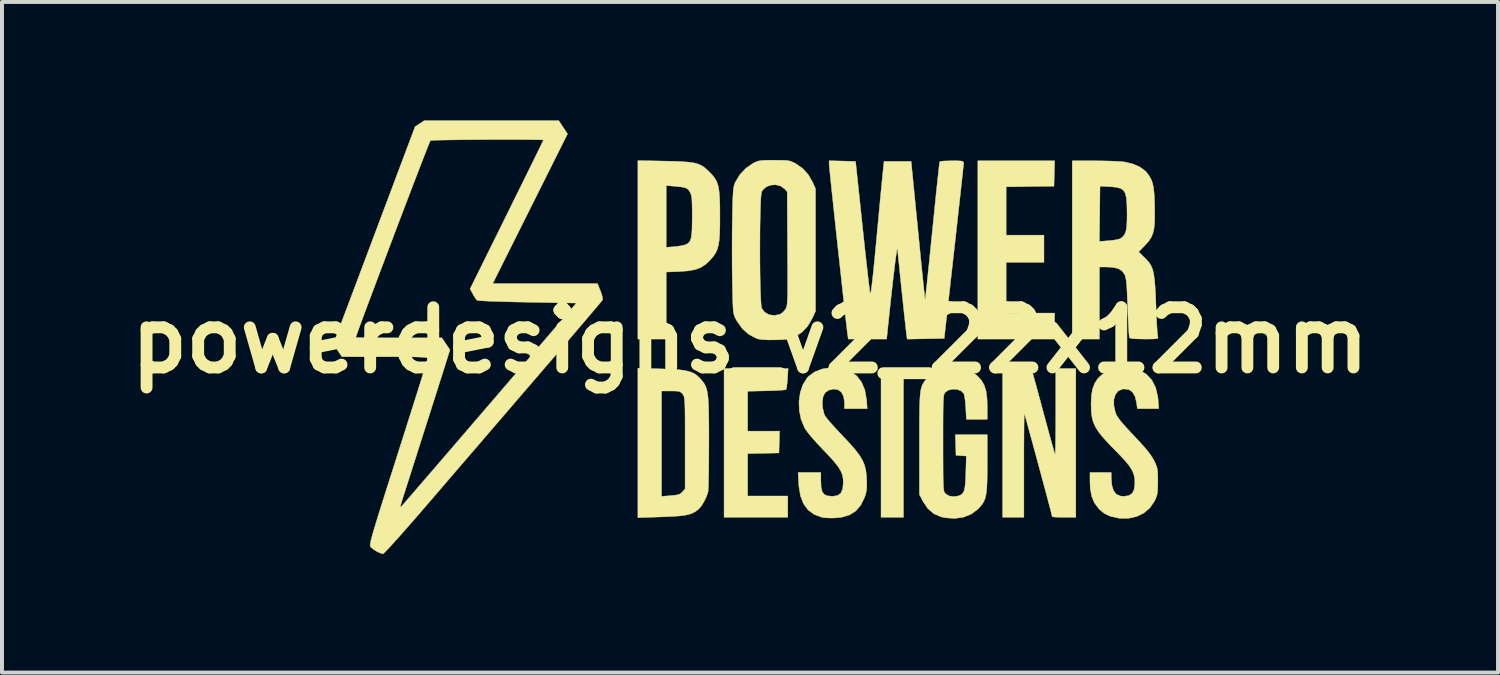
<source format=kicad_pcb>
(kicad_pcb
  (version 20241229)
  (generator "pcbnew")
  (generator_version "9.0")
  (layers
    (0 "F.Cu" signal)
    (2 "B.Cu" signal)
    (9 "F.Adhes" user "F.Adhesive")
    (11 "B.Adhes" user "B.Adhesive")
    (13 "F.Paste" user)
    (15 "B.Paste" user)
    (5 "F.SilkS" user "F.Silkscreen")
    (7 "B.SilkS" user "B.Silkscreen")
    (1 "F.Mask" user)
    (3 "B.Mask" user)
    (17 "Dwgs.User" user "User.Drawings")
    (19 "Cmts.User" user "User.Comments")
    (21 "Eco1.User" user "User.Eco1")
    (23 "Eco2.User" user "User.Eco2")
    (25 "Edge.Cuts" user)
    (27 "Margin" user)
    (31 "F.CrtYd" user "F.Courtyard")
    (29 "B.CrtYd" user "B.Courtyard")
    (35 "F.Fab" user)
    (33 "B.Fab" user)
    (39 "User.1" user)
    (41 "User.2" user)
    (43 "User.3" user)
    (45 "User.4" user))
  (footprint "powerdesigns_v2_22x12mm"
    (layer "F.Cu")
    (at 15.937 5.563)
    (property "Reference" "powerdesigns_v2_22x12mm" (at 0 0 0) (layer "F.SilkS") (effects (font (size 1.524 1.524) (thickness 0.3))))
    (attr through_hole)
    (fp_poly (pts (xy 3.885 4.482) (xy 3.317 4.482) (xy 3.317 0.717) (xy 3.885 0.717) (xy 3.885 4.482)) (stroke (width 0.01) (type solid)) (fill yes) (layer "F.SilkS"))
    (fp_poly (pts (xy 7.703 -4.221) (xy 7.695 -3.9) (xy 7.09 -3.892) (xy 6.484 -3.883) (xy 6.484 -2.66) (xy 7.441 -2.66) (xy 7.441 -1.972) (xy 6.484 -1.972) (xy 6.484 -0.687) (xy 7.71 -0.687) (xy 7.71 -0.03) (xy 5.767 -0.03) (xy 5.767 -4.542) (xy 7.712 -4.542) (xy 7.703 -4.221)) (stroke (width 0.01) (type solid)) (fill yes) (layer "F.SilkS"))
    (fp_poly (pts (xy 0.949 0.973) (xy 0.939 1.091) (xy 0.928 1.186) (xy 0.916 1.242) (xy 0.912 1.249) (xy 0.877 1.257) (xy 0.792 1.265) (xy 0.669 1.272) (xy 0.518 1.278) (xy 0.416 1.281) (xy -0.06 1.291) (xy -0.06 2.301) (xy 0.749 2.301) (xy 0.732 2.854) (xy -0.06 2.87) (xy -0.06 3.944) (xy 0.956 3.944) (xy 0.956 4.482) (xy -0.657 4.482) (xy -0.657 0.717) (xy 0.965 0.717) (xy 0.949 0.973)) (stroke (width 0.01) (type solid)) (fill yes) (layer "F.SilkS"))
    (fp_poly (pts (xy 6.903 0.72) (xy 7.023 0.726) (xy 7.101 0.737) (xy 7.127 0.747) (xy 7.139 0.782) (xy 7.164 0.868) (xy 7.201 0.999) (xy 7.248 1.167) (xy 7.302 1.366) (xy 7.363 1.59) (xy 7.426 1.827) (xy 7.491 2.067) (xy 7.551 2.289) (xy 7.605 2.486) (xy 7.651 2.652) (xy 7.688 2.779) (xy 7.712 2.861) (xy 7.723 2.892) (xy 7.727 2.867) (xy 7.73 2.789) (xy 7.733 2.664) (xy 7.736 2.498) (xy 7.738 2.299) (xy 7.739 2.073) (xy 7.74 1.825) (xy 7.74 1.813) (xy 7.74 0.717) (xy 8.248 0.717) (xy 8.248 4.482) (xy 7.949 4.482) (xy 7.823 4.481) (xy 7.724 4.477) (xy 7.663 4.471) (xy 7.65 4.466) (xy 7.642 4.433) (xy 7.621 4.349) (xy 7.588 4.222) (xy 7.545 4.06) (xy 7.494 3.868) (xy 7.437 3.654) (xy 7.375 3.425) (xy 7.311 3.188) (xy 7.247 2.95) (xy 7.184 2.719) (xy 7.125 2.501) (xy 7.071 2.304) (xy 7.024 2.133) (xy 6.987 1.998) (xy 6.96 1.904) (xy 6.946 1.858) (xy 6.945 1.855) (xy 6.942 1.881) (xy 6.94 1.961) (xy 6.938 2.089) (xy 6.936 2.259) (xy 6.935 2.465) (xy 6.933 2.701) (xy 6.933 2.961) (xy 6.933 3.163) (xy 6.933 4.482) (xy 6.395 4.482) (xy 6.395 0.717) (xy 6.752 0.717) (xy 6.903 0.72)) (stroke (width 0.01) (type solid)) (fill yes) (layer "F.SilkS"))
    (fp_poly (pts (xy -2.159 -4.535) (xy -1.903 -4.529) (xy -1.698 -4.52) (xy -1.536 -4.507) (xy -1.408 -4.487) (xy -1.306 -4.458) (xy -1.221 -4.419) (xy -1.145 -4.366) (xy -1.068 -4.299) (xy -1.028 -4.259) (xy -0.949 -4.176) (xy -0.888 -4.096) (xy -0.841 -4.01) (xy -0.807 -3.91) (xy -0.785 -3.787) (xy -0.771 -3.633) (xy -0.764 -3.438) (xy -0.762 -3.194) (xy -0.762 -3.138) (xy -0.763 -2.885) (xy -0.769 -2.683) (xy -0.781 -2.523) (xy -0.802 -2.396) (xy -0.832 -2.292) (xy -0.874 -2.204) (xy -0.931 -2.121) (xy -1.002 -2.037) (xy -1.118 -1.925) (xy -1.242 -1.844) (xy -1.386 -1.789) (xy -1.563 -1.756) (xy -1.785 -1.739) (xy -2.122 -1.726) (xy -2.122 -0.03) (xy -2.839 -0.03) (xy -2.839 -2.352) (xy -2.122 -2.352) (xy -1.892 -2.371) (xy -1.771 -2.387) (xy -1.666 -2.409) (xy -1.596 -2.434) (xy -1.592 -2.437) (xy -1.549 -2.472) (xy -1.516 -2.518) (xy -1.493 -2.582) (xy -1.478 -2.675) (xy -1.469 -2.803) (xy -1.465 -2.977) (xy -1.464 -3.147) (xy -1.465 -3.338) (xy -1.468 -3.479) (xy -1.473 -3.58) (xy -1.483 -3.652) (xy -1.497 -3.704) (xy -1.517 -3.746) (xy -1.523 -3.757) (xy -1.558 -3.807) (xy -1.599 -3.842) (xy -1.657 -3.865) (xy -1.747 -3.881) (xy -1.88 -3.895) (xy -1.92 -3.899) (xy -2.122 -3.916) (xy -2.122 -2.352) (xy -2.839 -2.352) (xy -2.839 -4.548) (xy -2.159 -4.535)) (stroke (width 0.01) (type solid)) (fill yes) (layer "F.SilkS"))
    (fp_poly (pts (xy -2.246 0.725) (xy -1.997 0.734) (xy -1.799 0.747) (xy -1.644 0.767) (xy -1.522 0.797) (xy -1.424 0.837) (xy -1.343 0.892) (xy -1.269 0.962) (xy -1.238 0.997) (xy -1.191 1.054) (xy -1.153 1.11) (xy -1.121 1.172) (xy -1.097 1.245) (xy -1.077 1.335) (xy -1.063 1.449) (xy -1.053 1.593) (xy -1.047 1.772) (xy -1.043 1.992) (xy -1.041 2.26) (xy -1.041 2.581) (xy -1.041 2.593) (xy -1.042 2.854) (xy -1.043 3.099) (xy -1.046 3.321) (xy -1.049 3.513) (xy -1.053 3.667) (xy -1.057 3.777) (xy -1.062 3.836) (xy -1.063 3.84) (xy -1.103 3.959) (xy -1.165 4.086) (xy -1.235 4.199) (xy -1.29 4.264) (xy -1.361 4.323) (xy -1.437 4.369) (xy -1.528 4.404) (xy -1.641 4.43) (xy -1.787 4.448) (xy -1.974 4.462) (xy -2.211 4.472) (xy -2.239 4.472) (xy -2.839 4.492) (xy -2.839 1.285) (xy -2.241 1.285) (xy -2.241 3.953) (xy -2.01 3.934) (xy -1.886 3.922) (xy -1.806 3.905) (xy -1.752 3.878) (xy -1.711 3.839) (xy -1.644 3.762) (xy -1.644 2.602) (xy -1.644 2.308) (xy -1.644 2.068) (xy -1.645 1.876) (xy -1.647 1.726) (xy -1.651 1.611) (xy -1.656 1.527) (xy -1.663 1.467) (xy -1.672 1.426) (xy -1.683 1.397) (xy -1.698 1.374) (xy -1.705 1.364) (xy -1.741 1.324) (xy -1.782 1.301) (xy -1.843 1.289) (xy -1.941 1.285) (xy -2.004 1.285) (xy -2.241 1.285) (xy -2.839 1.285) (xy -2.839 0.708) (xy -2.246 0.725)) (stroke (width 0.01) (type solid)) (fill yes) (layer "F.SilkS"))
    (fp_poly (pts (xy 2.256 0.702) (xy 2.34 0.716) (xy 2.537 0.785) (xy 2.699 0.9) (xy 2.823 1.06) (xy 2.907 1.261) (xy 2.949 1.5) (xy 2.95 1.506) (xy 2.967 1.733) (xy 2.391 1.733) (xy 2.391 1.573) (xy 2.37 1.424) (xy 2.312 1.315) (xy 2.222 1.25) (xy 2.106 1.236) (xy 1.994 1.265) (xy 1.908 1.32) (xy 1.857 1.408) (xy 1.852 1.421) (xy 1.83 1.557) (xy 1.839 1.714) (xy 1.875 1.862) (xy 1.898 1.913) (xy 1.933 1.963) (xy 2.003 2.048) (xy 2.1 2.158) (xy 2.216 2.285) (xy 2.344 2.421) (xy 2.346 2.423) (xy 2.526 2.614) (xy 2.666 2.774) (xy 2.771 2.913) (xy 2.847 3.039) (xy 2.899 3.161) (xy 2.931 3.288) (xy 2.948 3.429) (xy 2.953 3.524) (xy 2.956 3.676) (xy 2.95 3.788) (xy 2.932 3.882) (xy 2.902 3.974) (xy 2.805 4.173) (xy 2.679 4.321) (xy 2.519 4.423) (xy 2.321 4.482) (xy 2.159 4.499) (xy 2.029 4.501) (xy 1.907 4.495) (xy 1.818 4.482) (xy 1.814 4.482) (xy 1.621 4.409) (xy 1.469 4.296) (xy 1.355 4.141) (xy 1.278 3.943) (xy 1.237 3.697) (xy 1.232 3.624) (xy 1.217 3.347) (xy 1.793 3.347) (xy 1.793 3.555) (xy 1.8 3.718) (xy 1.826 3.831) (xy 1.876 3.902) (xy 1.958 3.939) (xy 2.078 3.95) (xy 2.104 3.95) (xy 2.221 3.929) (xy 2.301 3.868) (xy 2.346 3.762) (xy 2.361 3.609) (xy 2.356 3.503) (xy 2.337 3.406) (xy 2.299 3.312) (xy 2.238 3.211) (xy 2.148 3.094) (xy 2.025 2.955) (xy 1.862 2.784) (xy 1.852 2.773) (xy 1.695 2.607) (xy 1.561 2.456) (xy 1.456 2.327) (xy 1.388 2.229) (xy 1.378 2.211) (xy 1.292 2.002) (xy 1.247 1.776) (xy 1.24 1.547) (xy 1.271 1.327) (xy 1.338 1.126) (xy 1.442 0.959) (xy 1.482 0.914) (xy 1.633 0.804) (xy 1.82 0.729) (xy 2.032 0.694) (xy 2.256 0.702)) (stroke (width 0.01) (type solid)) (fill yes) (layer "F.SilkS"))
    (fp_poly (pts (xy 9.651 0.701) (xy 9.861 0.757) (xy 10.035 0.861) (xy 10.172 1.009) (xy 10.269 1.201) (xy 10.323 1.434) (xy 10.331 1.506) (xy 10.348 1.733) (xy 9.805 1.733) (xy 9.787 1.591) (xy 9.748 1.424) (xy 9.68 1.309) (xy 9.583 1.245) (xy 9.457 1.234) (xy 9.424 1.239) (xy 9.32 1.286) (xy 9.249 1.376) (xy 9.211 1.502) (xy 9.211 1.655) (xy 9.25 1.827) (xy 9.252 1.835) (xy 9.279 1.897) (xy 9.323 1.968) (xy 9.39 2.056) (xy 9.485 2.166) (xy 9.613 2.306) (xy 9.717 2.416) (xy 9.884 2.595) (xy 10.013 2.74) (xy 10.11 2.86) (xy 10.18 2.962) (xy 10.229 3.047) (xy 10.271 3.137) (xy 10.299 3.212) (xy 10.315 3.289) (xy 10.322 3.386) (xy 10.324 3.52) (xy 10.324 3.57) (xy 10.323 3.721) (xy 10.317 3.828) (xy 10.304 3.91) (xy 10.28 3.983) (xy 10.244 4.064) (xy 10.239 4.073) (xy 10.124 4.243) (xy 9.969 4.375) (xy 9.784 4.464) (xy 9.575 4.51) (xy 9.351 4.508) (xy 9.121 4.456) (xy 9.114 4.454) (xy 8.967 4.384) (xy 8.84 4.277) (xy 8.823 4.258) (xy 8.717 4.114) (xy 8.649 3.949) (xy 8.613 3.751) (xy 8.606 3.58) (xy 8.606 3.347) (xy 9.144 3.347) (xy 9.145 3.474) (xy 9.159 3.665) (xy 9.2 3.804) (xy 9.27 3.896) (xy 9.371 3.943) (xy 9.463 3.952) (xy 9.588 3.934) (xy 9.673 3.879) (xy 9.723 3.784) (xy 9.741 3.641) (xy 9.742 3.609) (xy 9.736 3.494) (xy 9.714 3.391) (xy 9.671 3.289) (xy 9.602 3.181) (xy 9.501 3.057) (xy 9.363 2.908) (xy 9.258 2.801) (xy 9.073 2.611) (xy 8.928 2.451) (xy 8.818 2.313) (xy 8.74 2.186) (xy 8.686 2.063) (xy 8.654 1.932) (xy 8.638 1.787) (xy 8.634 1.616) (xy 8.634 1.614) (xy 8.642 1.403) (xy 8.671 1.235) (xy 8.724 1.095) (xy 8.802 0.971) (xy 8.919 0.862) (xy 9.078 0.774) (xy 9.264 0.715) (xy 9.409 0.695) (xy 9.651 0.701)) (stroke (width 0.01) (type solid)) (fill yes) (layer "F.SilkS"))
    (fp_poly (pts (xy 5.34 0.708) (xy 5.532 0.763) (xy 5.7 0.857) (xy 5.754 0.901) (xy 5.856 1.013) (xy 5.929 1.139) (xy 5.976 1.29) (xy 6 1.477) (xy 6.006 1.675) (xy 6.006 2.002) (xy 5.477 2.002) (xy 5.461 1.707) (xy 5.451 1.574) (xy 5.437 1.458) (xy 5.421 1.376) (xy 5.412 1.351) (xy 5.345 1.283) (xy 5.245 1.245) (xy 5.131 1.239) (xy 5.022 1.264) (xy 4.941 1.32) (xy 4.927 1.338) (xy 4.916 1.363) (xy 4.907 1.4) (xy 4.9 1.456) (xy 4.895 1.535) (xy 4.891 1.644) (xy 4.888 1.788) (xy 4.887 1.973) (xy 4.886 2.204) (xy 4.886 2.487) (xy 4.886 2.6) (xy 4.886 2.903) (xy 4.887 3.152) (xy 4.888 3.353) (xy 4.89 3.511) (xy 4.893 3.631) (xy 4.898 3.72) (xy 4.905 3.784) (xy 4.913 3.827) (xy 4.924 3.855) (xy 4.936 3.874) (xy 4.94 3.878) (xy 5.034 3.94) (xy 5.157 3.959) (xy 5.263 3.944) (xy 5.33 3.919) (xy 5.379 3.883) (xy 5.414 3.826) (xy 5.437 3.738) (xy 5.452 3.613) (xy 5.46 3.44) (xy 5.463 3.356) (xy 5.475 2.932) (xy 5.345 2.923) (xy 5.214 2.914) (xy 5.206 2.652) (xy 5.197 2.391) (xy 6.006 2.391) (xy 6.006 3.117) (xy 6.005 3.38) (xy 6.001 3.591) (xy 5.993 3.758) (xy 5.978 3.889) (xy 5.955 3.993) (xy 5.923 4.077) (xy 5.879 4.15) (xy 5.822 4.219) (xy 5.766 4.277) (xy 5.6 4.402) (xy 5.402 4.481) (xy 5.179 4.512) (xy 4.941 4.494) (xy 4.832 4.47) (xy 4.652 4.391) (xy 4.5 4.26) (xy 4.378 4.078) (xy 4.378 4.078) (xy 4.288 3.904) (xy 4.288 2.617) (xy 4.288 2.291) (xy 4.289 2.02) (xy 4.291 1.796) (xy 4.295 1.615) (xy 4.301 1.47) (xy 4.31 1.355) (xy 4.323 1.265) (xy 4.34 1.194) (xy 4.362 1.135) (xy 4.389 1.084) (xy 4.422 1.033) (xy 4.452 0.992) (xy 4.58 0.864) (xy 4.744 0.771) (xy 4.934 0.713) (xy 5.137 0.692) (xy 5.34 0.708)) (stroke (width 0.01) (type solid)) (fill yes) (layer "F.SilkS"))
    (fp_poly (pts (xy 8.733 -4.542) (xy 8.928 -4.54) (xy 9.116 -4.536) (xy 9.284 -4.529) (xy 9.418 -4.52) (xy 9.498 -4.511) (xy 9.693 -4.462) (xy 9.865 -4.387) (xy 9.999 -4.292) (xy 10.051 -4.236) (xy 10.113 -4.148) (xy 10.159 -4.063) (xy 10.192 -3.971) (xy 10.215 -3.86) (xy 10.23 -3.719) (xy 10.239 -3.536) (xy 10.243 -3.402) (xy 10.246 -3.164) (xy 10.242 -2.975) (xy 10.227 -2.825) (xy 10.199 -2.705) (xy 10.156 -2.603) (xy 10.095 -2.511) (xy 10.013 -2.417) (xy 9.997 -2.401) (xy 9.838 -2.236) (xy 9.996 -2.082) (xy 10.065 -2.011) (xy 10.119 -1.943) (xy 10.163 -1.867) (xy 10.196 -1.778) (xy 10.221 -1.667) (xy 10.24 -1.527) (xy 10.255 -1.35) (xy 10.267 -1.128) (xy 10.277 -0.864) (xy 10.285 -0.659) (xy 10.294 -0.472) (xy 10.303 -0.311) (xy 10.312 -0.187) (xy 10.32 -0.107) (xy 10.325 -0.082) (xy 10.329 -0.06) (xy 10.315 -0.045) (xy 10.274 -0.036) (xy 10.196 -0.032) (xy 10.072 -0.03) (xy 9.986 -0.03) (xy 9.817 -0.033) (xy 9.694 -0.04) (xy 9.622 -0.053) (xy 9.606 -0.062) (xy 9.599 -0.1) (xy 9.591 -0.189) (xy 9.583 -0.321) (xy 9.575 -0.486) (xy 9.566 -0.677) (xy 9.561 -0.823) (xy 9.552 -1.062) (xy 9.544 -1.25) (xy 9.535 -1.393) (xy 9.524 -1.499) (xy 9.511 -1.576) (xy 9.496 -1.632) (xy 9.485 -1.661) (xy 9.419 -1.753) (xy 9.322 -1.814) (xy 9.185 -1.845) (xy 9.04 -1.853) (xy 8.845 -1.853) (xy 8.845 -0.03) (xy 8.158 -0.03) (xy 8.158 -2.501) (xy 8.844 -2.501) (xy 9.082 -2.52) (xy 9.203 -2.533) (xy 9.306 -2.551) (xy 9.371 -2.57) (xy 9.378 -2.574) (xy 9.441 -2.622) (xy 9.487 -2.684) (xy 9.518 -2.767) (xy 9.536 -2.883) (xy 9.544 -3.04) (xy 9.545 -3.212) (xy 9.541 -3.427) (xy 9.529 -3.589) (xy 9.504 -3.707) (xy 9.459 -3.788) (xy 9.391 -3.839) (xy 9.293 -3.869) (xy 9.162 -3.884) (xy 9.084 -3.889) (xy 8.86 -3.9) (xy 8.844 -2.501) (xy 8.158 -2.501) (xy 8.158 -4.542) (xy 8.733 -4.542)) (stroke (width 0.01) (type solid)) (fill yes) (layer "F.SilkS"))
    (fp_poly (pts (xy 0.773 -4.556) (xy 0.888 -4.553) (xy 0.971 -4.545) (xy 1.035 -4.529) (xy 1.094 -4.504) (xy 1.16 -4.469) (xy 1.336 -4.346) (xy 1.476 -4.19) (xy 1.581 -4.006) (xy 1.658 -3.84) (xy 1.658 -0.732) (xy 1.575 -0.553) (xy 1.461 -0.358) (xy 1.321 -0.208) (xy 1.15 -0.096) (xy 1.079 -0.061) (xy 1.011 -0.038) (xy 0.931 -0.024) (xy 0.823 -0.015) (xy 0.673 -0.01) (xy 0.642 -0.009) (xy 0.456 -0.008) (xy 0.317 -0.015) (xy 0.217 -0.03) (xy 0.167 -0.045) (xy -0.026 -0.144) (xy -0.187 -0.284) (xy -0.323 -0.473) (xy -0.352 -0.523) (xy -0.376 -0.569) (xy -0.395 -0.612) (xy -0.409 -0.659) (xy -0.42 -0.719) (xy -0.428 -0.8) (xy -0.434 -0.91) (xy -0.439 -1.055) (xy -0.443 -1.246) (xy -0.448 -1.47) (xy -0.452 -1.745) (xy -0.454 -2.056) (xy -0.454 -2.272) (xy 0.25 -2.272) (xy 0.251 -2.009) (xy 0.253 -1.754) (xy 0.257 -1.514) (xy 0.262 -1.298) (xy 0.269 -1.112) (xy 0.277 -0.963) (xy 0.286 -0.861) (xy 0.295 -0.813) (xy 0.368 -0.712) (xy 0.477 -0.648) (xy 0.609 -0.627) (xy 0.751 -0.653) (xy 0.76 -0.657) (xy 0.827 -0.702) (xy 0.89 -0.773) (xy 0.897 -0.784) (xy 0.911 -0.808) (xy 0.922 -0.835) (xy 0.932 -0.871) (xy 0.939 -0.92) (xy 0.945 -0.988) (xy 0.949 -1.081) (xy 0.951 -1.203) (xy 0.952 -1.36) (xy 0.953 -1.558) (xy 0.952 -1.801) (xy 0.95 -2.095) (xy 0.949 -2.321) (xy 0.941 -3.76) (xy 0.87 -3.836) (xy 0.769 -3.906) (xy 0.647 -3.936) (xy 0.52 -3.926) (xy 0.406 -3.88) (xy 0.319 -3.801) (xy 0.294 -3.756) (xy 0.284 -3.7) (xy 0.274 -3.593) (xy 0.267 -3.441) (xy 0.261 -3.251) (xy 0.256 -3.032) (xy 0.252 -2.791) (xy 0.251 -2.535) (xy 0.25 -2.272) (xy -0.454 -2.272) (xy -0.454 -2.383) (xy -0.453 -2.701) (xy -0.45 -2.99) (xy -0.448 -3.069) (xy -0.443 -3.312) (xy -0.439 -3.502) (xy -0.433 -3.649) (xy -0.426 -3.76) (xy -0.418 -3.843) (xy -0.406 -3.905) (xy -0.391 -3.955) (xy -0.373 -4.001) (xy -0.369 -4.008) (xy -0.256 -4.193) (xy -0.102 -4.356) (xy 0.073 -4.477) (xy 0.139 -4.51) (xy 0.2 -4.533) (xy 0.269 -4.547) (xy 0.36 -4.554) (xy 0.487 -4.557) (xy 0.613 -4.557) (xy 0.773 -4.556)) (stroke (width 0.01) (type solid)) (fill yes) (layer "F.SilkS"))
    (fp_poly (pts (xy 2.337 -4.536) (xy 2.672 -4.527) (xy 2.845 -2.899) (xy 2.878 -2.59) (xy 2.909 -2.298) (xy 2.939 -2.027) (xy 2.967 -1.783) (xy 2.991 -1.573) (xy 3.011 -1.402) (xy 3.027 -1.275) (xy 3.038 -1.199) (xy 3.041 -1.181) (xy 3.05 -1.181) (xy 3.061 -1.234) (xy 3.077 -1.34) (xy 3.097 -1.5) (xy 3.12 -1.715) (xy 3.148 -1.987) (xy 3.179 -2.317) (xy 3.195 -2.48) (xy 3.222 -2.776) (xy 3.25 -3.065) (xy 3.275 -3.339) (xy 3.299 -3.591) (xy 3.32 -3.812) (xy 3.338 -3.995) (xy 3.351 -4.132) (xy 3.358 -4.198) (xy 3.392 -4.527) (xy 4.079 -4.527) (xy 4.101 -4.303) (xy 4.109 -4.229) (xy 4.121 -4.103) (xy 4.138 -3.93) (xy 4.159 -3.718) (xy 4.183 -3.473) (xy 4.21 -3.203) (xy 4.239 -2.913) (xy 4.268 -2.611) (xy 4.274 -2.557) (xy 4.303 -2.262) (xy 4.33 -1.986) (xy 4.356 -1.733) (xy 4.379 -1.511) (xy 4.398 -1.323) (xy 4.414 -1.177) (xy 4.425 -1.077) (xy 4.431 -1.03) (xy 4.432 -1.027) (xy 4.436 -1.054) (xy 4.446 -1.135) (xy 4.461 -1.266) (xy 4.48 -1.441) (xy 4.502 -1.654) (xy 4.528 -1.901) (xy 4.556 -2.177) (xy 4.586 -2.476) (xy 4.615 -2.758) (xy 4.647 -3.074) (xy 4.677 -3.373) (xy 4.705 -3.648) (xy 4.731 -3.895) (xy 4.754 -4.109) (xy 4.773 -4.283) (xy 4.787 -4.413) (xy 4.797 -4.494) (xy 4.802 -4.52) (xy 4.835 -4.529) (xy 4.915 -4.537) (xy 5.028 -4.541) (xy 5.112 -4.542) (xy 5.247 -4.542) (xy 5.333 -4.538) (xy 5.381 -4.529) (xy 5.402 -4.512) (xy 5.407 -4.486) (xy 5.407 -4.475) (xy 5.404 -4.435) (xy 5.394 -4.34) (xy 5.379 -4.196) (xy 5.358 -4.007) (xy 5.333 -3.777) (xy 5.304 -3.513) (xy 5.271 -3.218) (xy 5.236 -2.897) (xy 5.198 -2.556) (xy 5.161 -2.226) (xy 4.916 -0.045) (xy 4.447 -0.037) (xy 3.978 -0.028) (xy 3.96 -0.156) (xy 3.953 -0.219) (xy 3.94 -0.329) (xy 3.924 -0.478) (xy 3.904 -0.659) (xy 3.882 -0.861) (xy 3.86 -1.077) (xy 3.836 -1.299) (xy 3.813 -1.518) (xy 3.792 -1.725) (xy 3.773 -1.913) (xy 3.756 -2.073) (xy 3.744 -2.196) (xy 3.737 -2.275) (xy 3.735 -2.298) (xy 3.732 -2.33) (xy 3.724 -2.307) (xy 3.71 -2.232) (xy 3.692 -2.109) (xy 3.67 -1.942) (xy 3.645 -1.736) (xy 3.616 -1.493) (xy 3.585 -1.218) (xy 3.552 -0.916) (xy 3.517 -0.589) (xy 3.481 -0.242) (xy 3.48 -0.232) (xy 3.459 -0.03) (xy 2.487 -0.03) (xy 2.469 -0.157) (xy 2.46 -0.225) (xy 2.446 -0.344) (xy 2.427 -0.508) (xy 2.405 -0.71) (xy 2.378 -0.946) (xy 2.349 -1.209) (xy 2.318 -1.493) (xy 2.285 -1.792) (xy 2.251 -2.102) (xy 2.217 -2.415) (xy 2.183 -2.725) (xy 2.151 -3.028) (xy 2.12 -3.317) (xy 2.091 -3.586) (xy 2.065 -3.83) (xy 2.043 -4.042) (xy 2.025 -4.217) (xy 2.012 -4.348) (xy 2.004 -4.431) (xy 2.002 -4.457) (xy 2.002 -4.544) (xy 2.337 -4.536)) (stroke (width 0.01) (type solid)) (fill yes) (layer "F.SilkS"))
    (fp_poly (pts (xy -4.731 -5.391) (xy -4.62 -5.224) (xy -5.567 -3.329) (xy -6.514 -1.434) (xy -3.861 -1.434) (xy -3.786 -1.248) (xy -3.745 -1.127) (xy -3.731 -1.044) (xy -3.736 -1.016) (xy -3.759 -0.987) (xy -3.818 -0.916) (xy -3.91 -0.807) (xy -4.033 -0.662) (xy -4.183 -0.486) (xy -4.358 -0.28) (xy -4.555 -0.05) (xy -4.771 0.202) (xy -5.003 0.473) (xy -5.249 0.759) (xy -5.459 1.003) (xy -5.745 1.335) (xy -6.043 1.682) (xy -6.347 2.036) (xy -6.653 2.391) (xy -6.953 2.741) (xy -7.244 3.079) (xy -7.518 3.398) (xy -7.77 3.691) (xy -7.996 3.954) (xy -8.188 4.177) (xy -8.201 4.193) (xy -8.4 4.423) (xy -8.588 4.639) (xy -8.762 4.837) (xy -8.917 5.012) (xy -9.051 5.16) (xy -9.159 5.277) (xy -9.237 5.359) (xy -9.283 5.402) (xy -9.292 5.407) (xy -9.347 5.393) (xy -9.425 5.36) (xy -9.443 5.351) (xy -9.526 5.299) (xy -9.593 5.244) (xy -9.6 5.237) (xy -9.609 5.225) (xy -9.614 5.209) (xy -9.616 5.183) (xy -9.612 5.146) (xy -9.602 5.093) (xy -9.585 5.021) (xy -9.559 4.925) (xy -9.524 4.802) (xy -9.477 4.649) (xy -9.42 4.461) (xy -9.349 4.236) (xy -9.265 3.968) (xy -9.166 3.656) (xy -9.05 3.294) (xy -8.918 2.879) (xy -8.905 2.838) (xy -8.79 2.477) (xy -8.681 2.133) (xy -8.578 1.808) (xy -8.483 1.509) (xy -8.398 1.238) (xy -8.323 1) (xy -8.261 0.8) (xy -8.212 0.642) (xy -8.178 0.53) (xy -8.16 0.468) (xy -8.158 0.457) (xy -8.168 0.447) (xy -8.203 0.438) (xy -8.266 0.432) (xy -8.364 0.426) (xy -8.501 0.423) (xy -8.682 0.42) (xy -8.912 0.419) (xy -9.195 0.418) (xy -9.244 0.418) (xy -10.331 0.418) (xy -10.439 0.256) (xy -10.547 0.093) (xy -10.486 -0.07) (xy -9.981 -0.07) (xy -9.952 -0.068) (xy -9.87 -0.065) (xy -9.742 -0.064) (xy -9.573 -0.062) (xy -9.372 -0.061) (xy -9.143 -0.06) (xy -8.895 -0.06) (xy -7.801 -0.06) (xy -7.597 0.243) (xy -7.701 0.577) (xy -7.731 0.673) (xy -7.777 0.818) (xy -7.837 1.006) (xy -7.908 1.23) (xy -7.988 1.482) (xy -8.075 1.756) (xy -8.167 2.043) (xy -8.261 2.338) (xy -8.268 2.361) (xy -8.361 2.651) (xy -8.45 2.931) (xy -8.534 3.194) (xy -8.61 3.433) (xy -8.677 3.642) (xy -8.732 3.815) (xy -8.774 3.944) (xy -8.799 4.024) (xy -8.801 4.032) (xy -8.835 4.141) (xy -8.851 4.201) (xy -8.849 4.222) (xy -8.83 4.21) (xy -8.815 4.196) (xy -8.789 4.166) (xy -8.726 4.094) (xy -8.629 3.982) (xy -8.501 3.834) (xy -8.344 3.652) (xy -8.161 3.44) (xy -7.954 3.2) (xy -7.727 2.935) (xy -7.48 2.649) (xy -7.218 2.344) (xy -6.942 2.023) (xy -6.655 1.689) (xy -6.577 1.599) (xy -4.396 -0.941) (xy -5.637 -0.963) (xy -5.928 -0.968) (xy -6.19 -0.975) (xy -6.421 -0.982) (xy -6.613 -0.989) (xy -6.763 -0.997) (xy -6.863 -1.004) (xy -6.911 -1.011) (xy -6.913 -1.013) (xy -6.947 -1.055) (xy -6.994 -1.129) (xy -7.017 -1.171) (xy -7.087 -1.3) (xy -6.158 -3.178) (xy -6.004 -3.491) (xy -5.858 -3.787) (xy -5.721 -4.063) (xy -5.598 -4.315) (xy -5.488 -4.537) (xy -5.395 -4.727) (xy -5.321 -4.879) (xy -5.267 -4.989) (xy -5.236 -5.053) (xy -5.229 -5.068) (xy -5.258 -5.072) (xy -5.34 -5.075) (xy -5.467 -5.077) (xy -5.632 -5.079) (xy -5.83 -5.08) (xy -6.051 -5.081) (xy -6.29 -5.08) (xy -6.54 -5.08) (xy -6.793 -5.078) (xy -7.042 -5.077) (xy -7.281 -5.075) (xy -7.501 -5.072) (xy -7.697 -5.069) (xy -7.861 -5.066) (xy -7.986 -5.062) (xy -8.065 -5.059) (xy -8.091 -5.055) (xy -8.105 -5.026) (xy -8.138 -4.945) (xy -8.188 -4.818) (xy -8.254 -4.65) (xy -8.333 -4.445) (xy -8.424 -4.209) (xy -8.525 -3.946) (xy -8.634 -3.661) (xy -8.749 -3.359) (xy -8.869 -3.045) (xy -8.991 -2.724) (xy -9.113 -2.4) (xy -9.235 -2.078) (xy -9.354 -1.764) (xy -9.467 -1.462) (xy -9.574 -1.177) (xy -9.673 -0.914) (xy -9.761 -0.678) (xy -9.837 -0.474) (xy -9.898 -0.306) (xy -9.944 -0.179) (xy -9.972 -0.099) (xy -9.981 -0.07) (xy -10.486 -0.07) (xy -9.513 -2.656) (xy -8.479 -5.406) (xy -8.364 -5.482) (xy -8.249 -5.558) (xy -4.842 -5.558) (xy -4.731 -5.391)) (stroke (width 0.01) (type solid)) (fill yes) (layer "F.SilkS")))
  (gr_rect
    (start -3 -3)
    (end 34.873 13.976)
    (stroke (width 0.1) (type default))
    (fill no)
    (layer "Edge.Cuts")))
</source>
